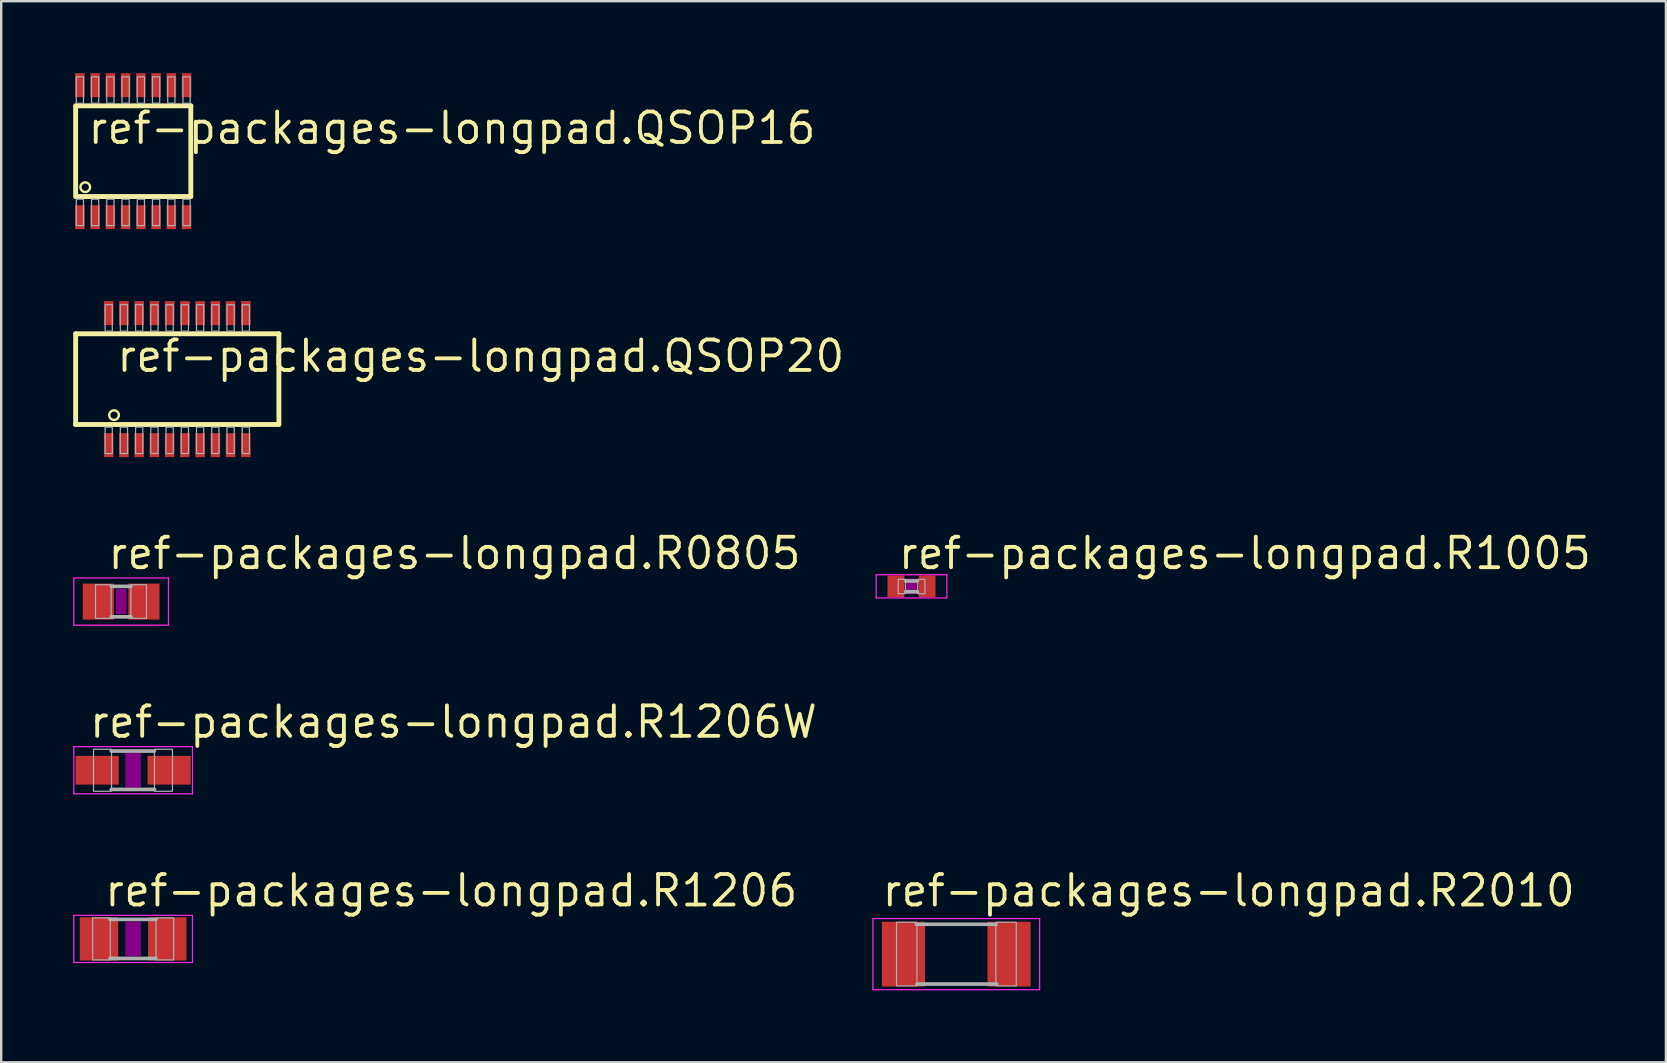
<source format=kicad_pcb>
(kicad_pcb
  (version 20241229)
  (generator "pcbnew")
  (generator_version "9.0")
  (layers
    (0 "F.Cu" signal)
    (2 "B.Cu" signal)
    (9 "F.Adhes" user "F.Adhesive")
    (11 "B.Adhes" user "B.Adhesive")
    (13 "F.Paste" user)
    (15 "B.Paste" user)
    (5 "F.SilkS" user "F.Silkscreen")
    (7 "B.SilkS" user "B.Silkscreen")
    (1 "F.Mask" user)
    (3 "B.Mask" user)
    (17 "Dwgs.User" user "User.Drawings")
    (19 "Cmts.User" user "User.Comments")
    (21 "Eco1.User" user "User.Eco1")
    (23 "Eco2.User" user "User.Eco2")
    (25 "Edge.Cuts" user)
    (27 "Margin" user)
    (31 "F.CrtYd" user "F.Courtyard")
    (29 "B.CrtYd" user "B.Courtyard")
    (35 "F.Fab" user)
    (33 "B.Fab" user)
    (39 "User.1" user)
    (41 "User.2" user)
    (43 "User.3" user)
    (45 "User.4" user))
  (footprint "ref-packages-longpad.R1005"
    (layer "F.Cu")
    (at 34.935 21.385)
    (property "Reference" "ref-packages-longpad.R1005" (at -0.635 -0.635 0) (layer "F.SilkS") (effects (font (size 1.27 1.27) (thickness 0.16)) (justify left bottom)))
    (attr smd)
    (fp_rect (start -0.2 0.3) (end 0.2 -0.3) (stroke (width 0.05) (type default)) (fill yes) (layer "F.Adhes"))
    (fp_line (start -1.473 -0.483) (end 1.473 -0.483) (stroke (width 0.051) (type default)) (layer "F.CrtYd"))
    (fp_line (start -1.473 0.483) (end -1.473 -0.483) (stroke (width 0.051) (type default)) (layer "F.CrtYd"))
    (fp_line (start 1.473 -0.483) (end 1.473 0.483) (stroke (width 0.051) (type default)) (layer "F.CrtYd"))
    (fp_line (start 1.473 0.483) (end -1.473 0.483) (stroke (width 0.051) (type default)) (layer "F.CrtYd"))
    (fp_line (start -0.245 -0.224) (end 0.245 -0.224) (stroke (width 0.152) (type default)) (layer "F.Fab"))
    (fp_line (start 0.245 0.224) (end -0.245 0.224) (stroke (width 0.152) (type default)) (layer "F.Fab"))
    (fp_rect (start -0.554 0.305) (end -0.254 -0.295) (stroke (width 0.05) (type default)) (fill no) (layer "F.Fab"))
    (fp_rect (start 0.259 0.305) (end 0.559 -0.295) (stroke (width 0.05) (type default)) (fill no) (layer "F.Fab"))
    (pad "1" smd roundrect (at -0.65 0) (size 0.7 0.9) (layers "F.Cu" "F.Mask" "F.Paste") (roundrect_rratio 0.01))
    (pad "2" smd roundrect (at 0.65 0) (size 0.7 0.9) (layers "F.Cu" "F.Mask" "F.Paste") (roundrect_rratio 0.01)))
  (footprint "ref-packages-longpad.R2010"
    (layer "F.Cu")
    (at 36.8 36.712)
    (property "Reference" "ref-packages-longpad.R2010" (at -3.175 -1.905 0) (layer "F.SilkS") (effects (font (size 1.27 1.27) (thickness 0.16)) (justify left bottom)))
    (attr smd)
    (fp_line (start -3.473 -1.483) (end 3.473 -1.483) (stroke (width 0.051) (type default)) (layer "F.CrtYd"))
    (fp_line (start -3.473 1.483) (end -3.473 -1.483) (stroke (width 0.051) (type default)) (layer "F.CrtYd"))
    (fp_line (start 3.473 -1.483) (end 3.473 1.483) (stroke (width 0.051) (type default)) (layer "F.CrtYd"))
    (fp_line (start 3.473 1.483) (end -3.473 1.483) (stroke (width 0.051) (type default)) (layer "F.CrtYd"))
    (fp_line (start -1.662 -1.245) (end 1.662 -1.245) (stroke (width 0.152) (type default)) (layer "F.Fab"))
    (fp_line (start -1.637 1.245) (end 1.687 1.245) (stroke (width 0.152) (type default)) (layer "F.Fab"))
    (fp_rect (start -2.489 1.321) (end -1.639 -1.329) (stroke (width 0.05) (type default)) (fill no) (layer "F.Fab"))
    (fp_rect (start 1.651 1.321) (end 2.501 -1.329) (stroke (width 0.05) (type default)) (fill no) (layer "F.Fab"))
    (pad "1" smd roundrect (at -2.2 0) (size 1.8 2.7) (layers "F.Cu" "F.Mask" "F.Paste") (roundrect_rratio 0.01))
    (pad "2" smd roundrect (at 2.2 0) (size 1.8 2.7) (layers "F.Cu" "F.Mask" "F.Paste") (roundrect_rratio 0.01)))
  (footprint "ref-packages-longpad.QSOP16"
    (layer "F.Cu")
    (at 2.502 3.25)
    (property "Reference" "ref-packages-longpad.QSOP16" (at -1.97 -0.22 0) (layer "F.SilkS") (effects (font (size 1.27 1.27) (thickness 0.16)) (justify left bottom)))
    (attr smd)
    (fp_line (start -2.4 1.89) (end -2.4 -1.89) (stroke (width 0.203) (type default)) (layer "F.SilkS"))
    (fp_line (start -2.38 -1.89) (end 2.4 -1.89) (stroke (width 0.203) (type default)) (layer "F.SilkS"))
    (fp_line (start 2.4 -1.89) (end 2.4 1.89) (stroke (width 0.203) (type default)) (layer "F.SilkS"))
    (fp_line (start 2.4 1.89) (end -2.38 1.89) (stroke (width 0.203) (type default)) (layer "F.SilkS"))
    (fp_circle (center -2 1.5) (end -1.8 1.5) (stroke (width 0.1) (type default)) (fill no) (layer "F.SilkS"))
    (fp_rect (start -2.373 -2) (end -2.072 -3.1) (stroke (width 0.05) (type default)) (fill no) (layer "F.Fab"))
    (fp_rect (start -2.373 3.1) (end -2.072 2) (stroke (width 0.05) (type default)) (fill no) (layer "F.Fab"))
    (fp_rect (start -1.738 -2) (end -1.438 -3.1) (stroke (width 0.05) (type default)) (fill no) (layer "F.Fab"))
    (fp_rect (start -1.738 3.1) (end -1.438 2) (stroke (width 0.05) (type default)) (fill no) (layer "F.Fab"))
    (fp_rect (start -1.103 -2) (end -0.802 -3.1) (stroke (width 0.05) (type default)) (fill no) (layer "F.Fab"))
    (fp_rect (start -1.103 3.1) (end -0.802 2) (stroke (width 0.05) (type default)) (fill no) (layer "F.Fab"))
    (fp_rect (start -0.468 -2) (end -0.168 -3.1) (stroke (width 0.05) (type default)) (fill no) (layer "F.Fab"))
    (fp_rect (start -0.468 3.1) (end -0.168 2) (stroke (width 0.05) (type default)) (fill no) (layer "F.Fab"))
    (fp_rect (start 0.168 -2) (end 0.468 -3.1) (stroke (width 0.05) (type default)) (fill no) (layer "F.Fab"))
    (fp_rect (start 0.168 3.1) (end 0.468 2) (stroke (width 0.05) (type default)) (fill no) (layer "F.Fab"))
    (fp_rect (start 0.802 -2) (end 1.103 -3.1) (stroke (width 0.05) (type default)) (fill no) (layer "F.Fab"))
    (fp_rect (start 0.802 3.1) (end 1.103 2) (stroke (width 0.05) (type default)) (fill no) (layer "F.Fab"))
    (fp_rect (start 1.438 -2) (end 1.738 -3.1) (stroke (width 0.05) (type default)) (fill no) (layer "F.Fab"))
    (fp_rect (start 1.438 3.1) (end 1.738 2) (stroke (width 0.05) (type default)) (fill no) (layer "F.Fab"))
    (fp_rect (start 2.072 -2) (end 2.373 -3.1) (stroke (width 0.05) (type default)) (fill no) (layer "F.Fab"))
    (fp_rect (start 2.072 3.1) (end 2.373 2) (stroke (width 0.05) (type default)) (fill no) (layer "F.Fab"))
    (pad "1" smd roundrect (at -2.223 2.75) (size 0.4 1) (layers "F.Cu" "F.Mask" "F.Paste") (roundrect_rratio 0.01))
    (pad "2" smd roundrect (at -1.588 2.75) (size 0.4 1) (layers "F.Cu" "F.Mask" "F.Paste") (roundrect_rratio 0.01))
    (pad "3" smd roundrect (at -0.953 2.75) (size 0.4 1) (layers "F.Cu" "F.Mask" "F.Paste") (roundrect_rratio 0.01))
    (pad "4" smd roundrect (at -0.318 2.75) (size 0.4 1) (layers "F.Cu" "F.Mask" "F.Paste") (roundrect_rratio 0.01))
    (pad "5" smd roundrect (at 0.318 2.75) (size 0.4 1) (layers "F.Cu" "F.Mask" "F.Paste") (roundrect_rratio 0.01))
    (pad "6" smd roundrect (at 0.953 2.75) (size 0.4 1) (layers "F.Cu" "F.Mask" "F.Paste") (roundrect_rratio 0.01))
    (pad "7" smd roundrect (at 1.588 2.75) (size 0.4 1) (layers "F.Cu" "F.Mask" "F.Paste") (roundrect_rratio 0.01))
    (pad "8" smd roundrect (at 2.223 2.75) (size 0.4 1) (layers "F.Cu" "F.Mask" "F.Paste") (roundrect_rratio 0.01))
    (pad "9" smd roundrect (at 2.223 -2.75) (size 0.4 1) (layers "F.Cu" "F.Mask" "F.Paste") (roundrect_rratio 0.01))
    (pad "10" smd roundrect (at 1.588 -2.75) (size 0.4 1) (layers "F.Cu" "F.Mask" "F.Paste") (roundrect_rratio 0.01))
    (pad "11" smd roundrect (at 0.953 -2.75) (size 0.4 1) (layers "F.Cu" "F.Mask" "F.Paste") (roundrect_rratio 0.01))
    (pad "12" smd roundrect (at 0.318 -2.75) (size 0.4 1) (layers "F.Cu" "F.Mask" "F.Paste") (roundrect_rratio 0.01))
    (pad "13" smd roundrect (at -0.318 -2.75) (size 0.4 1) (layers "F.Cu" "F.Mask" "F.Paste") (roundrect_rratio 0.01))
    (pad "14" smd roundrect (at -0.953 -2.75) (size 0.4 1) (layers "F.Cu" "F.Mask" "F.Paste") (roundrect_rratio 0.01))
    (pad "15" smd roundrect (at -1.588 -2.75) (size 0.4 1) (layers "F.Cu" "F.Mask" "F.Paste") (roundrect_rratio 0.01))
    (pad "16" smd roundrect (at -2.223 -2.75) (size 0.4 1) (layers "F.Cu" "F.Mask" "F.Paste") (roundrect_rratio 0.01)))
  (footprint "ref-packages-longpad.QSOP20"
    (layer "F.Cu")
    (at 4.337 12.75)
    (property "Reference" "ref-packages-longpad.QSOP20" (at -2.605 -0.22 0) (layer "F.SilkS") (effects (font (size 1.27 1.27) (thickness 0.16)) (justify left bottom)))
    (attr smd)
    (fp_line (start -4.235 -1.89) (end 4.235 -1.89) (stroke (width 0.203) (type default)) (layer "F.SilkS"))
    (fp_line (start -4.235 1.89) (end -4.235 -1.89) (stroke (width 0.203) (type default)) (layer "F.SilkS"))
    (fp_line (start 4.235 -1.89) (end 4.235 1.89) (stroke (width 0.203) (type default)) (layer "F.SilkS"))
    (fp_line (start 4.235 1.89) (end -4.235 1.89) (stroke (width 0.203) (type default)) (layer "F.SilkS"))
    (fp_circle (center -2.635 1.5) (end -2.435 1.5) (stroke (width 0.1) (type default)) (fill no) (layer "F.SilkS"))
    (fp_rect (start -3.007 -2) (end -2.708 -3.1) (stroke (width 0.05) (type default)) (fill no) (layer "F.Fab"))
    (fp_rect (start -3.007 3.1) (end -2.708 2) (stroke (width 0.05) (type default)) (fill no) (layer "F.Fab"))
    (fp_rect (start -2.373 -2) (end -2.072 -3.1) (stroke (width 0.05) (type default)) (fill no) (layer "F.Fab"))
    (fp_rect (start -2.373 3.1) (end -2.072 2) (stroke (width 0.05) (type default)) (fill no) (layer "F.Fab"))
    (fp_rect (start -1.738 -2) (end -1.438 -3.1) (stroke (width 0.05) (type default)) (fill no) (layer "F.Fab"))
    (fp_rect (start -1.738 3.1) (end -1.438 2) (stroke (width 0.05) (type default)) (fill no) (layer "F.Fab"))
    (fp_rect (start -1.103 -2) (end -0.802 -3.1) (stroke (width 0.05) (type default)) (fill no) (layer "F.Fab"))
    (fp_rect (start -1.103 3.1) (end -0.802 2) (stroke (width 0.05) (type default)) (fill no) (layer "F.Fab"))
    (fp_rect (start -0.468 -2) (end -0.168 -3.1) (stroke (width 0.05) (type default)) (fill no) (layer "F.Fab"))
    (fp_rect (start -0.468 3.1) (end -0.168 2) (stroke (width 0.05) (type default)) (fill no) (layer "F.Fab"))
    (fp_rect (start 0.168 -2) (end 0.468 -3.1) (stroke (width 0.05) (type default)) (fill no) (layer "F.Fab"))
    (fp_rect (start 0.168 3.1) (end 0.468 2) (stroke (width 0.05) (type default)) (fill no) (layer "F.Fab"))
    (fp_rect (start 0.802 -2) (end 1.103 -3.1) (stroke (width 0.05) (type default)) (fill no) (layer "F.Fab"))
    (fp_rect (start 0.802 3.1) (end 1.103 2) (stroke (width 0.05) (type default)) (fill no) (layer "F.Fab"))
    (fp_rect (start 1.438 -2) (end 1.738 -3.1) (stroke (width 0.05) (type default)) (fill no) (layer "F.Fab"))
    (fp_rect (start 1.438 3.1) (end 1.738 2) (stroke (width 0.05) (type default)) (fill no) (layer "F.Fab"))
    (fp_rect (start 2.072 -2) (end 2.373 -3.1) (stroke (width 0.05) (type default)) (fill no) (layer "F.Fab"))
    (fp_rect (start 2.072 3.1) (end 2.373 2) (stroke (width 0.05) (type default)) (fill no) (layer "F.Fab"))
    (fp_rect (start 2.708 -2) (end 3.007 -3.1) (stroke (width 0.05) (type default)) (fill no) (layer "F.Fab"))
    (fp_rect (start 2.708 3.1) (end 3.007 2) (stroke (width 0.05) (type default)) (fill no) (layer "F.Fab"))
    (pad "1" smd roundrect (at -2.858 2.75) (size 0.4 1) (layers "F.Cu" "F.Mask" "F.Paste") (roundrect_rratio 0.01))
    (pad "2" smd roundrect (at -2.223 2.75) (size 0.4 1) (layers "F.Cu" "F.Mask" "F.Paste") (roundrect_rratio 0.01))
    (pad "3" smd roundrect (at -1.588 2.75) (size 0.4 1) (layers "F.Cu" "F.Mask" "F.Paste") (roundrect_rratio 0.01))
    (pad "4" smd roundrect (at -0.953 2.75) (size 0.4 1) (layers "F.Cu" "F.Mask" "F.Paste") (roundrect_rratio 0.01))
    (pad "5" smd roundrect (at -0.318 2.75) (size 0.4 1) (layers "F.Cu" "F.Mask" "F.Paste") (roundrect_rratio 0.01))
    (pad "6" smd roundrect (at 0.318 2.75) (size 0.4 1) (layers "F.Cu" "F.Mask" "F.Paste") (roundrect_rratio 0.01))
    (pad "7" smd roundrect (at 0.953 2.75) (size 0.4 1) (layers "F.Cu" "F.Mask" "F.Paste") (roundrect_rratio 0.01))
    (pad "8" smd roundrect (at 1.588 2.75) (size 0.4 1) (layers "F.Cu" "F.Mask" "F.Paste") (roundrect_rratio 0.01))
    (pad "9" smd roundrect (at 2.223 2.75) (size 0.4 1) (layers "F.Cu" "F.Mask" "F.Paste") (roundrect_rratio 0.01))
    (pad "10" smd roundrect (at 2.858 2.75) (size 0.4 1) (layers "F.Cu" "F.Mask" "F.Paste") (roundrect_rratio 0.01))
    (pad "11" smd roundrect (at 2.858 -2.75) (size 0.4 1) (layers "F.Cu" "F.Mask" "F.Paste") (roundrect_rratio 0.01))
    (pad "12" smd roundrect (at 2.223 -2.75) (size 0.4 1) (layers "F.Cu" "F.Mask" "F.Paste") (roundrect_rratio 0.01))
    (pad "13" smd roundrect (at 1.588 -2.75) (size 0.4 1) (layers "F.Cu" "F.Mask" "F.Paste") (roundrect_rratio 0.01))
    (pad "14" smd roundrect (at 0.953 -2.75) (size 0.4 1) (layers "F.Cu" "F.Mask" "F.Paste") (roundrect_rratio 0.01))
    (pad "15" smd roundrect (at 0.318 -2.75) (size 0.4 1) (layers "F.Cu" "F.Mask" "F.Paste") (roundrect_rratio 0.01))
    (pad "16" smd roundrect (at -0.318 -2.75) (size 0.4 1) (layers "F.Cu" "F.Mask" "F.Paste") (roundrect_rratio 0.01))
    (pad "17" smd roundrect (at -0.953 -2.75) (size 0.4 1) (layers "F.Cu" "F.Mask" "F.Paste") (roundrect_rratio 0.01))
    (pad "18" smd roundrect (at -1.588 -2.75) (size 0.4 1) (layers "F.Cu" "F.Mask" "F.Paste") (roundrect_rratio 0.01))
    (pad "19" smd roundrect (at -2.223 -2.75) (size 0.4 1) (layers "F.Cu" "F.Mask" "F.Paste") (roundrect_rratio 0.01))
    (pad "20" smd roundrect (at -2.858 -2.75) (size 0.4 1) (layers "F.Cu" "F.Mask" "F.Paste") (roundrect_rratio 0.01)))
  (footprint "ref-packages-longpad.R1206W"
    (layer "F.Cu")
    (at 2.498 29.048)
    (property "Reference" "ref-packages-longpad.R1206W" (at -1.905 -1.27 0) (layer "F.SilkS") (effects (font (size 1.27 1.27) (thickness 0.16)) (justify left bottom)))
    (attr smd)
    (fp_rect (start -0.3 0.7) (end 0.3 -0.7) (stroke (width 0.05) (type default)) (fill yes) (layer "F.Adhes"))
    (fp_line (start -2.473 -0.983) (end 2.473 -0.983) (stroke (width 0.051) (type default)) (layer "F.CrtYd"))
    (fp_line (start -2.473 0.983) (end -2.473 -0.983) (stroke (width 0.051) (type default)) (layer "F.CrtYd"))
    (fp_line (start 2.473 -0.983) (end 2.473 0.983) (stroke (width 0.051) (type default)) (layer "F.CrtYd"))
    (fp_line (start 2.473 0.983) (end -2.473 0.983) (stroke (width 0.051) (type default)) (layer "F.CrtYd"))
    (fp_line (start -0.913 -0.8) (end 0.888 -0.8) (stroke (width 0.152) (type default)) (layer "F.Fab"))
    (fp_line (start -0.913 0.8) (end 0.888 0.8) (stroke (width 0.152) (type default)) (layer "F.Fab"))
    (fp_rect (start -1.651 0.876) (end -0.901 -0.874) (stroke (width 0.05) (type default)) (fill no) (layer "F.Fab"))
    (fp_rect (start 0.889 0.876) (end 1.639 -0.874) (stroke (width 0.05) (type default)) (fill no) (layer "F.Fab"))
    (pad "1" smd roundrect (at -1.499 0) (size 1.8 1.2) (layers "F.Cu" "F.Mask" "F.Paste") (roundrect_rratio 0.01))
    (pad "2" smd roundrect (at 1.499 0) (size 1.8 1.2) (layers "F.Cu" "F.Mask" "F.Paste") (roundrect_rratio 0.01)))
  (footprint "ref-packages-longpad.R0805"
    (layer "F.Cu")
    (at 1.998 22.02)
    (property "Reference" "ref-packages-longpad.R0805" (at -0.635 -1.27 0) (layer "F.SilkS") (effects (font (size 1.27 1.27) (thickness 0.16)) (justify left bottom)))
    (attr smd)
    (fp_rect (start -0.2 0.5) (end 0.2 -0.5) (stroke (width 0.05) (type default)) (fill yes) (layer "F.Adhes"))
    (fp_line (start -1.973 -0.983) (end 1.973 -0.983) (stroke (width 0.051) (type default)) (layer "F.CrtYd"))
    (fp_line (start -1.973 0.983) (end -1.973 -0.983) (stroke (width 0.051) (type default)) (layer "F.CrtYd"))
    (fp_line (start 1.973 -0.983) (end 1.973 0.983) (stroke (width 0.051) (type default)) (layer "F.CrtYd"))
    (fp_line (start 1.973 0.983) (end -1.973 0.983) (stroke (width 0.051) (type default)) (layer "F.CrtYd"))
    (fp_line (start -0.41 -0.635) (end 0.41 -0.635) (stroke (width 0.152) (type default)) (layer "F.Fab"))
    (fp_line (start -0.41 0.635) (end 0.41 0.635) (stroke (width 0.152) (type default)) (layer "F.Fab"))
    (fp_rect (start -1.067 0.699) (end -0.417 -0.702) (stroke (width 0.05) (type default)) (fill no) (layer "F.Fab"))
    (fp_rect (start 0.406 0.699) (end 1.056 -0.702) (stroke (width 0.05) (type default)) (fill no) (layer "F.Fab"))
    (pad "1" smd roundrect (at -0.95 0) (size 1.3 1.5) (layers "F.Cu" "F.Mask" "F.Paste") (roundrect_rratio 0.01))
    (pad "2" smd roundrect (at 0.95 0) (size 1.3 1.5) (layers "F.Cu" "F.Mask" "F.Paste") (roundrect_rratio 0.01)))
  (footprint "ref-packages-longpad.R1206"
    (layer "F.Cu")
    (at 2.498 36.077)
    (property "Reference" "ref-packages-longpad.R1206" (at -1.27 -1.27 0) (layer "F.SilkS") (effects (font (size 1.27 1.27) (thickness 0.16)) (justify left bottom)))
    (attr smd)
    (fp_rect (start -0.3 0.7) (end 0.3 -0.7) (stroke (width 0.05) (type default)) (fill yes) (layer "F.Adhes"))
    (fp_line (start -2.473 -0.983) (end 2.473 -0.983) (stroke (width 0.051) (type default)) (layer "F.CrtYd"))
    (fp_line (start -2.473 0.983) (end -2.473 -0.983) (stroke (width 0.051) (type default)) (layer "F.CrtYd"))
    (fp_line (start 2.473 -0.983) (end 2.473 0.983) (stroke (width 0.051) (type default)) (layer "F.CrtYd"))
    (fp_line (start 2.473 0.983) (end -2.473 0.983) (stroke (width 0.051) (type default)) (layer "F.CrtYd"))
    (fp_line (start 0.953 -0.813) (end -0.965 -0.813) (stroke (width 0.152) (type default)) (layer "F.Fab"))
    (fp_line (start 0.953 0.813) (end -0.965 0.813) (stroke (width 0.152) (type default)) (layer "F.Fab"))
    (fp_rect (start -1.689 0.876) (end -0.953 -0.876) (stroke (width 0.05) (type default)) (fill no) (layer "F.Fab"))
    (fp_rect (start 0.953 0.876) (end 1.689 -0.876) (stroke (width 0.05) (type default)) (fill no) (layer "F.Fab"))
    (pad "1" smd roundrect (at -1.422 0) (size 1.6 1.803) (layers "F.Cu" "F.Mask" "F.Paste") (roundrect_rratio 0.01))
    (pad "2" smd roundrect (at 1.422 0) (size 1.6 1.803) (layers "F.Cu" "F.Mask" "F.Paste") (roundrect_rratio 0.01)))
  (gr_rect
    (start -3 -3)
    (end 66.373 41.22)
    (stroke (width 0.1) (type default))
    (fill no)
    (layer "Edge.Cuts")))
</source>
